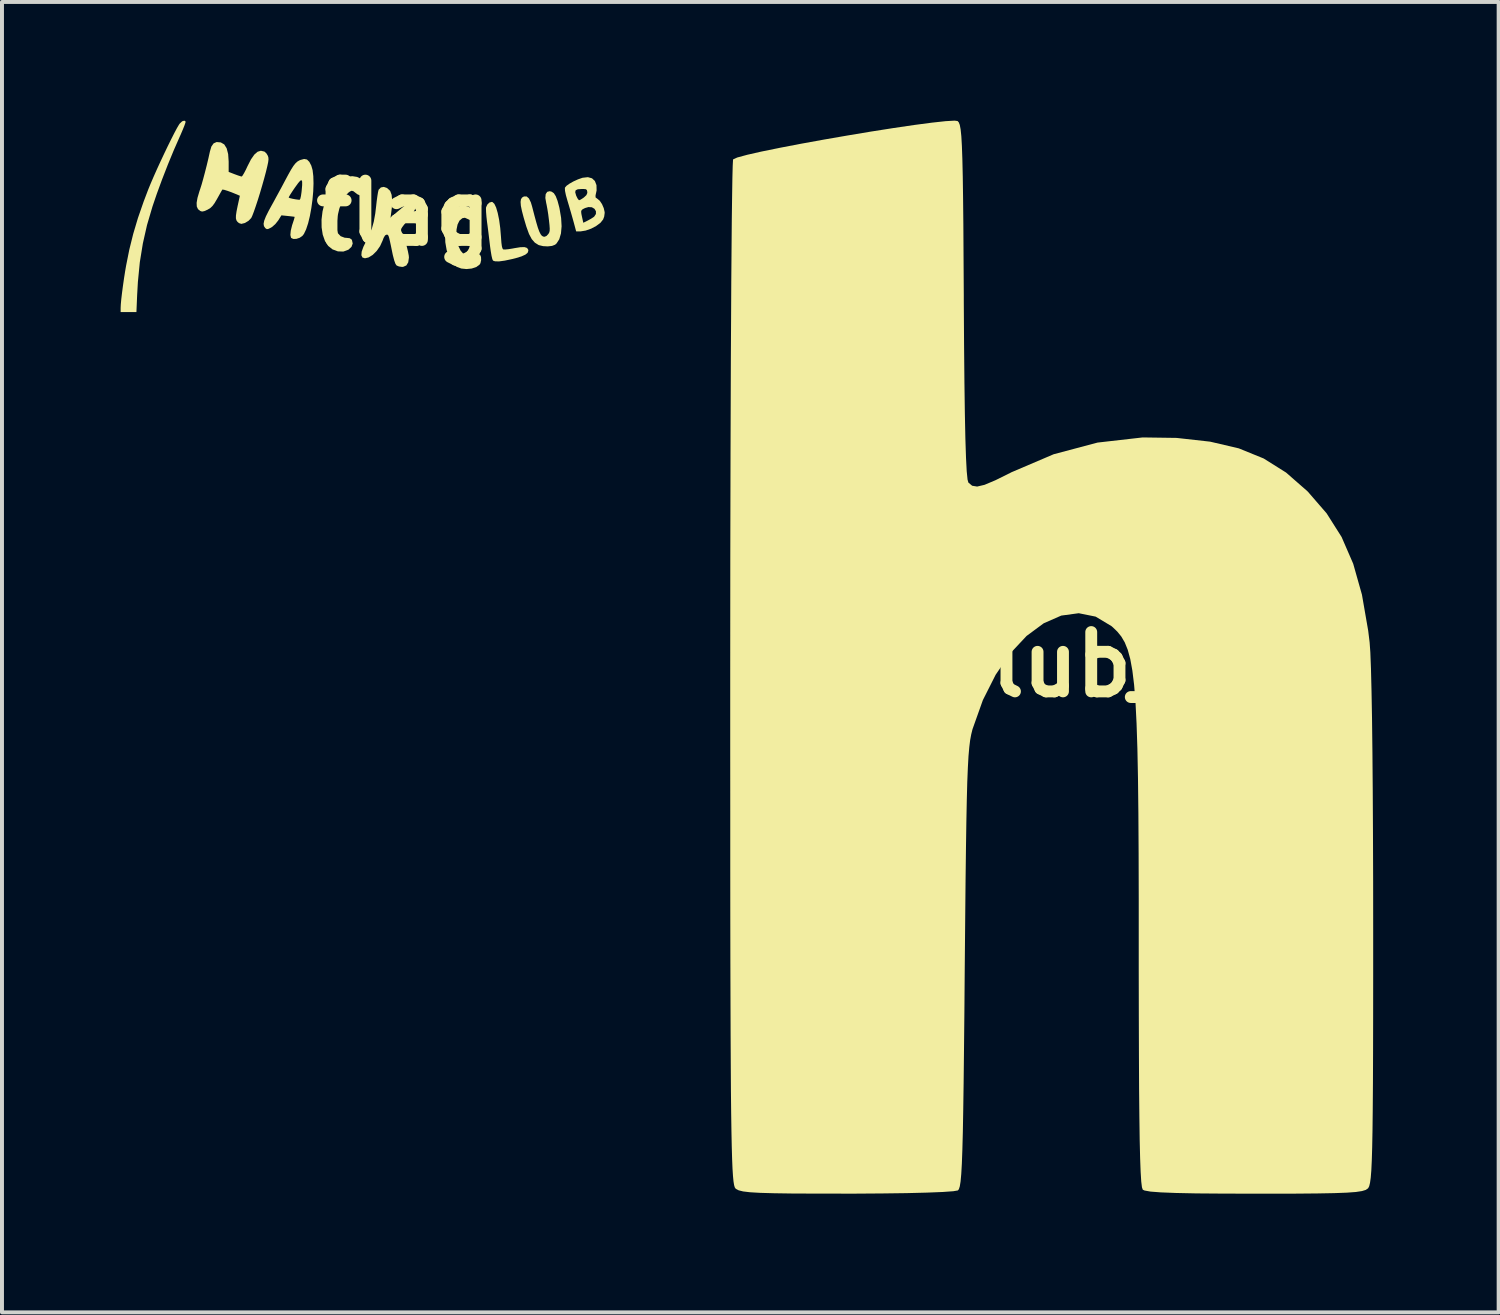
<source format=kicad_pcb>
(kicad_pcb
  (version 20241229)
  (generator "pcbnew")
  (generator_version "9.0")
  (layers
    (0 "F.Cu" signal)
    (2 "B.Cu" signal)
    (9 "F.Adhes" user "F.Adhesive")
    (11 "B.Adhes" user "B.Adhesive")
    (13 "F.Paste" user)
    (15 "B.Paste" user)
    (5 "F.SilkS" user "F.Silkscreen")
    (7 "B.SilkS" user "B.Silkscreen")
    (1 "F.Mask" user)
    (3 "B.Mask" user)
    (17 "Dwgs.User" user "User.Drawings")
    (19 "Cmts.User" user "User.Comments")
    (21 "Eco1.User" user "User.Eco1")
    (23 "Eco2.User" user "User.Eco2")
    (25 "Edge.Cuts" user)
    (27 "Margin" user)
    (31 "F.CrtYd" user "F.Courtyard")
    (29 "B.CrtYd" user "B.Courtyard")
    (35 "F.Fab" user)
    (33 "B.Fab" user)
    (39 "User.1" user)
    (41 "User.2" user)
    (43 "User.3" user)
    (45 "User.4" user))
  (footprint "flag"
    (layer "F.Cu")
    (at 7.152 2.338)
    (property "Reference" "flag" (at 0 0 0) (layer "F.SilkS") (effects (font (size 1.5 1.5) (thickness 0.3))))
    (attr board_only exclude_from_pos_files exclude_from_bom)
    (fp_poly (pts (xy -5.509 -2.316) (xy -5.515 -2.284) (xy -5.54 -2.212) (xy -5.581 -2.11) (xy -5.634 -1.986) (xy -5.66 -1.928) (xy -5.809 -1.589) (xy -5.959 -1.225) (xy -6.104 -0.852) (xy -6.237 -0.49) (xy -6.347 -0.167) (xy -6.485 0.301) (xy -6.59 0.765) (xy -6.667 1.24) (xy -6.716 1.741) (xy -6.735 2.074) (xy -6.753 2.502) (xy -6.953 2.502) (xy -7.152 2.502) (xy -7.152 2.399) (xy -7.148 2.309) (xy -7.136 2.177) (xy -7.117 2.015) (xy -7.093 1.834) (xy -7.066 1.645) (xy -7.037 1.461) (xy -7.015 1.333) (xy -6.933 0.923) (xy -6.834 0.525) (xy -6.715 0.125) (xy -6.57 -0.293) (xy -6.454 -0.598) (xy -6.393 -0.747) (xy -6.319 -0.919) (xy -6.235 -1.108) (xy -6.145 -1.304) (xy -6.052 -1.502) (xy -5.961 -1.692) (xy -5.874 -1.868) (xy -5.796 -2.022) (xy -5.73 -2.146) (xy -5.68 -2.232) (xy -5.658 -2.264) (xy -5.596 -2.322) (xy -5.542 -2.338)) (stroke (width 0) (type solid)) (fill yes) (layer "F.SilkS"))
    (fp_poly (pts (xy 2.248 -0.28) (xy 2.296 -0.235) (xy 2.341 -0.141) (xy 2.381 -0.004) (xy 2.417 0.171) (xy 2.445 0.378) (xy 2.464 0.607) (xy 2.474 0.745) (xy 2.486 0.837) (xy 2.501 0.892) (xy 2.52 0.916) (xy 2.524 0.918) (xy 2.569 0.92) (xy 2.651 0.912) (xy 2.757 0.895) (xy 2.803 0.886) (xy 2.953 0.862) (xy 3.058 0.859) (xy 3.122 0.88) (xy 3.152 0.924) (xy 3.155 0.952) (xy 3.137 1.003) (xy 3.081 1.049) (xy 2.982 1.094) (xy 2.836 1.139) (xy 2.752 1.16) (xy 2.559 1.201) (xy 2.413 1.221) (xy 2.312 1.218) (xy 2.263 1.201) (xy 2.245 1.164) (xy 2.225 1.081) (xy 2.204 0.957) (xy 2.188 0.841) (xy 2.168 0.674) (xy 2.146 0.491) (xy 2.124 0.318) (xy 2.11 0.216) (xy 2.096 0.089) (xy 2.087 -0.025) (xy 2.084 -0.11) (xy 2.086 -0.145) (xy 2.118 -0.216) (xy 2.171 -0.267) (xy 2.23 -0.284)) (stroke (width 0) (type solid)) (fill yes) (layer "F.SilkS"))
    (fp_poly (pts (xy -1.173 -0.915) (xy -1.07 -0.864) (xy -0.993 -0.783) (xy -0.95 -0.672) (xy -0.944 -0.615) (xy -0.958 -0.513) (xy -1.004 -0.454) (xy -1.073 -0.439) (xy -1.16 -0.472) (xy -1.202 -0.503) (xy -1.265 -0.552) (xy -1.309 -0.566) (xy -1.355 -0.546) (xy -1.398 -0.514) (xy -1.485 -0.417) (xy -1.562 -0.279) (xy -1.624 -0.111) (xy -1.668 0.075) (xy -1.691 0.267) (xy -1.691 0.402) (xy -1.661 0.507) (xy -1.59 0.583) (xy -1.488 0.622) (xy -1.444 0.625) (xy -1.362 0.634) (xy -1.316 0.664) (xy -1.304 0.682) (xy -1.285 0.769) (xy -1.316 0.853) (xy -1.392 0.924) (xy -1.394 0.925) (xy -1.521 0.972) (xy -1.66 0.967) (xy -1.797 0.916) (xy -1.905 0.829) (xy -1.987 0.703) (xy -2.043 0.544) (xy -2.071 0.362) (xy -2.073 0.164) (xy -2.048 -0.043) (xy -1.997 -0.251) (xy -1.919 -0.451) (xy -1.815 -0.637) (xy -1.781 -0.686) (xy -1.675 -0.799) (xy -1.552 -0.877) (xy -1.422 -0.922) (xy -1.293 -0.934)) (stroke (width 0) (type solid)) (fill yes) (layer "F.SilkS"))
    (fp_poly (pts (xy 1.635 -0.166) (xy 1.731 -0.104) (xy 1.797 -0.015) (xy 1.822 0.094) (xy 1.822 0.096) (xy 1.817 0.16) (xy 1.794 0.186) (xy 1.753 0.19) (xy 1.678 0.175) (xy 1.616 0.146) (xy 1.551 0.117) (xy 1.489 0.128) (xy 1.485 0.13) (xy 1.414 0.19) (xy 1.366 0.288) (xy 1.34 0.413) (xy 1.335 0.552) (xy 1.351 0.696) (xy 1.387 0.832) (xy 1.443 0.949) (xy 1.518 1.036) (xy 1.538 1.051) (xy 1.585 1.075) (xy 1.634 1.082) (xy 1.705 1.072) (xy 1.756 1.06) (xy 1.854 1.041) (xy 1.912 1.042) (xy 1.936 1.055) (xy 1.959 1.109) (xy 1.962 1.188) (xy 1.945 1.264) (xy 1.926 1.298) (xy 1.841 1.362) (xy 1.724 1.401) (xy 1.592 1.414) (xy 1.46 1.401) (xy 1.346 1.358) (xy 1.328 1.347) (xy 1.228 1.248) (xy 1.148 1.108) (xy 1.09 0.934) (xy 1.056 0.736) (xy 1.05 0.523) (xy 1.062 0.386) (xy 1.098 0.189) (xy 1.154 0.038) (xy 1.233 -0.073) (xy 1.338 -0.149) (xy 1.403 -0.176) (xy 1.522 -0.193)) (stroke (width 0) (type solid)) (fill yes) (layer "F.SilkS"))
    (fp_poly (pts (xy 3.745 -0.542) (xy 3.8 -0.504) (xy 3.848 -0.429) (xy 3.893 -0.312) (xy 3.937 -0.148) (xy 3.944 -0.114) (xy 3.984 0.121) (xy 3.996 0.332) (xy 3.98 0.514) (xy 3.937 0.661) (xy 3.868 0.767) (xy 3.831 0.799) (xy 3.754 0.829) (xy 3.646 0.841) (xy 3.529 0.835) (xy 3.425 0.81) (xy 3.412 0.805) (xy 3.32 0.747) (xy 3.241 0.657) (xy 3.172 0.527) (xy 3.108 0.35) (xy 3.102 0.332) (xy 3.038 0.116) (xy 2.993 -0.055) (xy 2.966 -0.186) (xy 2.959 -0.283) (xy 2.969 -0.351) (xy 2.997 -0.394) (xy 3.042 -0.42) (xy 3.046 -0.422) (xy 3.113 -0.421) (xy 3.17 -0.371) (xy 3.219 -0.271) (xy 3.25 -0.168) (xy 3.308 0.056) (xy 3.356 0.233) (xy 3.396 0.368) (xy 3.432 0.466) (xy 3.465 0.532) (xy 3.497 0.573) (xy 3.531 0.593) (xy 3.566 0.598) (xy 3.615 0.577) (xy 3.662 0.527) (xy 3.683 0.491) (xy 3.694 0.449) (xy 3.696 0.39) (xy 3.69 0.302) (xy 3.676 0.173) (xy 3.675 0.167) (xy 3.658 0.03) (xy 3.637 -0.102) (xy 3.617 -0.21) (xy 3.607 -0.255) (xy 3.585 -0.384) (xy 3.594 -0.48) (xy 3.632 -0.538) (xy 3.696 -0.554)) (stroke (width 0) (type solid)) (fill yes) (layer "F.SilkS"))
    (fp_poly (pts (xy -0.419 -0.636) (xy -0.347 -0.571) (xy -0.335 -0.554) (xy -0.301 -0.462) (xy -0.288 -0.323) (xy -0.295 -0.144) (xy -0.309 -0.03) (xy -0.329 0.116) (xy -0.158 -0.033) (xy -0.039 -0.133) (xy 0.049 -0.202) (xy 0.115 -0.244) (xy 0.168 -0.266) (xy 0.217 -0.272) (xy 0.22 -0.272) (xy 0.287 -0.254) (xy 0.314 -0.204) (xy 0.302 -0.124) (xy 0.251 -0.019) (xy 0.164 0.11) (xy 0.095 0.197) (xy 0.014 0.292) (xy -0.035 0.357) (xy -0.06 0.401) (xy -0.063 0.435) (xy -0.052 0.468) (xy -0.045 0.482) (xy -0.004 0.577) (xy 0.039 0.7) (xy 0.079 0.835) (xy 0.111 0.965) (xy 0.132 1.073) (xy 0.136 1.124) (xy 0.119 1.244) (xy 0.071 1.323) (xy -0.009 1.358) (xy -0.037 1.36) (xy -0.115 1.349) (xy -0.175 1.324) (xy -0.205 1.281) (xy -0.236 1.194) (xy -0.271 1.059) (xy -0.288 0.977) (xy -0.321 0.816) (xy -0.346 0.701) (xy -0.364 0.624) (xy -0.379 0.578) (xy -0.393 0.554) (xy -0.409 0.545) (xy -0.429 0.544) (xy -0.43 0.544) (xy -0.467 0.564) (xy -0.504 0.627) (xy -0.529 0.694) (xy -0.593 0.834) (xy -0.68 0.958) (xy -0.78 1.057) (xy -0.885 1.121) (xy -0.976 1.142) (xy -1.039 1.122) (xy -1.066 1.065) (xy -1.058 0.973) (xy -1.015 0.852) (xy -0.969 0.759) (xy -0.873 0.571) (xy -0.802 0.396) (xy -0.752 0.215) (xy -0.715 0.011) (xy -0.694 -0.165) (xy -0.678 -0.306) (xy -0.661 -0.431) (xy -0.645 -0.529) (xy -0.631 -0.586) (xy -0.628 -0.593) (xy -0.573 -0.649) (xy -0.499 -0.663)) (stroke (width 0) (type solid)) (fill yes) (layer "F.SilkS"))
    (fp_poly (pts (xy -2.441 -1.355) (xy -2.381 -1.295) (xy -2.332 -1.201) (xy -2.299 -1.087) (xy -2.281 -0.934) (xy -2.276 -0.752) (xy -2.283 -0.551) (xy -2.302 -0.34) (xy -2.331 -0.128) (xy -2.368 0.074) (xy -2.412 0.256) (xy -2.463 0.41) (xy -2.518 0.526) (xy -2.557 0.576) (xy -2.627 0.624) (xy -2.71 0.651) (xy -2.787 0.653) (xy -2.84 0.628) (xy -2.845 0.621) (xy -2.861 0.552) (xy -2.851 0.444) (xy -2.817 0.306) (xy -2.802 0.261) (xy -2.774 0.176) (xy -2.757 0.116) (xy -2.753 0.094) (xy -2.782 0.089) (xy -2.849 0.081) (xy -2.923 0.073) (xy -3.087 0.056) (xy -3.168 0.185) (xy -3.237 0.272) (xy -3.316 0.344) (xy -3.351 0.367) (xy -3.417 0.399) (xy -3.455 0.405) (xy -3.487 0.386) (xy -3.498 0.375) (xy -3.529 0.329) (xy -3.538 0.27) (xy -3.522 0.19) (xy -3.48 0.083) (xy -3.41 -0.057) (xy -3.351 -0.165) (xy -3.264 -0.323) (xy -3.227 -0.392) (xy -2.903 -0.392) (xy -2.869 -0.378) (xy -2.802 -0.362) (xy -2.725 -0.348) (xy -2.657 -0.339) (xy -2.624 -0.338) (xy -2.609 -0.366) (xy -2.593 -0.435) (xy -2.579 -0.533) (xy -2.575 -0.57) (xy -2.563 -0.709) (xy -2.563 -0.797) (xy -2.578 -0.833) (xy -2.611 -0.82) (xy -2.665 -0.758) (xy -2.744 -0.649) (xy -2.75 -0.641) (xy -2.816 -0.543) (xy -2.868 -0.462) (xy -2.898 -0.409) (xy -2.903 -0.392) (xy -3.227 -0.392) (xy -3.169 -0.498) (xy -3.077 -0.668) (xy -3.006 -0.802) (xy -2.915 -0.972) (xy -2.843 -1.1) (xy -2.785 -1.192) (xy -2.734 -1.257) (xy -2.687 -1.301) (xy -2.637 -1.331) (xy -2.607 -1.344) (xy -2.513 -1.369)) (stroke (width 0) (type solid)) (fill yes) (layer "F.SilkS"))
    (fp_poly (pts (xy 4.765 -0.88) (xy 4.838 -0.811) (xy 4.878 -0.707) (xy 4.881 -0.573) (xy 4.854 -0.447) (xy 4.855 -0.397) (xy 4.901 -0.362) (xy 4.903 -0.361) (xy 4.962 -0.311) (xy 5.018 -0.227) (xy 5.062 -0.125) (xy 5.084 -0.027) (xy 5.085 -0.004) (xy 5.073 0.086) (xy 5.046 0.16) (xy 4.979 0.244) (xy 4.872 0.324) (xy 4.743 0.393) (xy 4.605 0.441) (xy 4.476 0.462) (xy 4.463 0.462) (xy 4.364 0.462) (xy 4.304 0.238) (xy 4.269 0.113) (xy 4.226 -0.038) (xy 4.49 -0.038) (xy 4.496 0.02) (xy 4.511 0.091) (xy 4.545 0.244) (xy 4.659 0.187) (xy 4.739 0.143) (xy 4.805 0.1) (xy 4.82 0.088) (xy 4.864 0.022) (xy 4.864 -0.048) (xy 4.827 -0.109) (xy 4.761 -0.148) (xy 4.675 -0.153) (xy 4.67 -0.152) (xy 4.59 -0.129) (xy 4.528 -0.098) (xy 4.528 -0.098) (xy 4.5 -0.072) (xy 4.49 -0.038) (xy 4.226 -0.038) (xy 4.225 -0.04) (xy 4.179 -0.198) (xy 4.152 -0.287) (xy 4.106 -0.449) (xy 4.089 -0.529) (xy 4.34 -0.529) (xy 4.362 -0.449) (xy 4.366 -0.439) (xy 4.399 -0.371) (xy 4.43 -0.331) (xy 4.44 -0.326) (xy 4.478 -0.342) (xy 4.538 -0.38) (xy 4.561 -0.397) (xy 4.623 -0.455) (xy 4.646 -0.51) (xy 4.645 -0.54) (xy 4.635 -0.583) (xy 4.61 -0.604) (xy 4.552 -0.61) (xy 4.507 -0.61) (xy 4.406 -0.603) (xy 4.352 -0.578) (xy 4.34 -0.529) (xy 4.089 -0.529) (xy 4.082 -0.565) (xy 4.079 -0.635) (xy 4.082 -0.646) (xy 4.12 -0.691) (xy 4.196 -0.745) (xy 4.297 -0.802) (xy 4.409 -0.853) (xy 4.52 -0.892) (xy 4.529 -0.894) (xy 4.661 -0.909)) (stroke (width 0) (type solid)) (fill yes) (layer "F.SilkS"))
    (fp_poly (pts (xy -4.624 -1.788) (xy -4.617 -1.786) (xy -4.533 -1.737) (xy -4.472 -1.639) (xy -4.434 -1.494) (xy -4.421 -1.303) (xy -4.421 -1.289) (xy -4.421 -1.042) (xy -4.269 -0.983) (xy -4.184 -0.952) (xy -4.118 -0.931) (xy -4.091 -0.925) (xy -4.07 -0.948) (xy -4.032 -1.011) (xy -3.984 -1.102) (xy -3.946 -1.184) (xy -3.857 -1.358) (xy -3.772 -1.48) (xy -3.689 -1.552) (xy -3.606 -1.577) (xy -3.519 -1.556) (xy -3.51 -1.551) (xy -3.465 -1.508) (xy -3.429 -1.447) (xy -3.417 -1.405) (xy -3.414 -1.355) (xy -3.423 -1.284) (xy -3.445 -1.182) (xy -3.478 -1.045) (xy -3.524 -0.873) (xy -3.576 -0.69) (xy -3.63 -0.506) (xy -3.685 -0.329) (xy -3.738 -0.169) (xy -3.785 -0.034) (xy -3.824 0.067) (xy -3.851 0.124) (xy -3.851 0.124) (xy -3.921 0.196) (xy -4.012 0.25) (xy -4.1 0.272) (xy -4.101 0.272) (xy -4.159 0.253) (xy -4.197 0.222) (xy -4.225 0.182) (xy -4.238 0.132) (xy -4.237 0.06) (xy -4.222 -0.043) (xy -4.193 -0.188) (xy -4.19 -0.2) (xy -4.138 -0.439) (xy -4.251 -0.487) (xy -4.355 -0.529) (xy -4.452 -0.564) (xy -4.53 -0.588) (xy -4.575 -0.596) (xy -4.581 -0.594) (xy -4.597 -0.568) (xy -4.633 -0.505) (xy -4.682 -0.417) (xy -4.71 -0.367) (xy -4.775 -0.256) (xy -4.829 -0.182) (xy -4.882 -0.131) (xy -4.947 -0.091) (xy -4.956 -0.086) (xy -5.039 -0.05) (xy -5.094 -0.04) (xy -5.139 -0.054) (xy -5.196 -0.1) (xy -5.227 -0.167) (xy -5.231 -0.26) (xy -5.209 -0.387) (xy -5.16 -0.553) (xy -5.14 -0.612) (xy -5.106 -0.719) (xy -5.065 -0.864) (xy -5.02 -1.033) (xy -4.975 -1.21) (xy -4.934 -1.381) (xy -4.901 -1.531) (xy -4.896 -1.554) (xy -4.858 -1.683) (xy -4.802 -1.763) (xy -4.726 -1.797)) (stroke (width 0) (type solid)) (fill yes) (layer "F.SilkS")))
  (footprint "hackclub_logo"
    (layer "F.Cu")
    (at 23.538 13.751)
    (property "Reference" "hackclub_logo" (at 0 0 0) (layer "F.SilkS") (effects (font (size 1.5 1.5) (thickness 0.3))))
    (attr board_only exclude_from_pos_files exclude_from_bom)
    (fp_poly (pts (xy -2.379 -13.741) (xy -2.349 -13.708) (xy -2.323 -13.642) (xy -2.302 -13.529) (xy -2.284 -13.356) (xy -2.27 -13.11) (xy -2.258 -12.776) (xy -2.248 -12.342) (xy -2.24 -11.795) (xy -2.233 -11.12) (xy -2.228 -10.304) (xy -2.222 -9.335) (xy -2.222 -9.185) (xy -2.215 -8.078) (xy -2.206 -7.135) (xy -2.195 -6.35) (xy -2.182 -5.717) (xy -2.166 -5.231) (xy -2.148 -4.887) (xy -2.127 -4.677) (xy -2.106 -4.601) (xy -2.011 -4.521) (xy -1.884 -4.5) (xy -1.697 -4.544) (xy -1.422 -4.66) (xy -1.029 -4.855) (xy -1.021 -4.86) (xy 0.05 -5.317) (xy 1.16 -5.612) (xy 2.3 -5.742) (xy 3.158 -5.73) (xy 4.007 -5.635) (xy 4.73 -5.466) (xy 5.359 -5.21) (xy 5.926 -4.854) (xy 6.462 -4.385) (xy 6.48 -4.367) (xy 6.951 -3.823) (xy 7.329 -3.226) (xy 7.623 -2.549) (xy 7.844 -1.767) (xy 8.002 -0.856) (xy 8.038 -0.562) (xy 8.056 -0.31) (xy 8.072 0.103) (xy 8.086 0.668) (xy 8.099 1.377) (xy 8.109 2.221) (xy 8.117 3.192) (xy 8.123 4.282) (xy 8.127 5.481) (xy 8.128 6.679) (xy 8.128 7.886) (xy 8.127 8.935) (xy 8.125 9.836) (xy 8.122 10.602) (xy 8.117 11.244) (xy 8.111 11.772) (xy 8.103 12.198) (xy 8.093 12.532) (xy 8.081 12.788) (xy 8.066 12.974) (xy 8.048 13.103) (xy 8.028 13.186) (xy 8.004 13.234) (xy 7.995 13.244) (xy 7.94 13.282) (xy 7.844 13.311) (xy 7.692 13.334) (xy 7.464 13.351) (xy 7.144 13.363) (xy 6.714 13.371) (xy 6.157 13.376) (xy 5.455 13.377) (xy 5.133 13.377) (xy 4.315 13.375) (xy 3.654 13.37) (xy 3.139 13.359) (xy 2.758 13.344) (xy 2.498 13.324) (xy 2.348 13.297) (xy 2.303 13.276) (xy 2.282 13.214) (xy 2.264 13.066) (xy 2.249 12.824) (xy 2.236 12.478) (xy 2.225 12.02) (xy 2.217 11.441) (xy 2.21 10.732) (xy 2.206 9.884) (xy 2.203 8.887) (xy 2.201 7.734) (xy 2.201 7.241) (xy 2.201 5.924) (xy 2.198 4.765) (xy 2.192 3.753) (xy 2.182 2.878) (xy 2.167 2.127) (xy 2.146 1.49) (xy 2.119 0.956) (xy 2.084 0.514) (xy 2.04 0.153) (xy 1.987 -0.139) (xy 1.923 -0.373) (xy 1.848 -0.559) (xy 1.76 -0.709) (xy 1.659 -0.833) (xy 1.544 -0.944) (xy 1.511 -0.972) (xy 1.111 -1.212) (xy 0.684 -1.298) (xy 0.242 -1.238) (xy -0.202 -1.043) (xy -0.635 -0.723) (xy -1.044 -0.286) (xy -1.416 0.257) (xy -1.739 0.897) (xy -1.998 1.624) (xy -2.006 1.651) (xy -2.035 1.769) (xy -2.061 1.91) (xy -2.083 2.088) (xy -2.103 2.315) (xy -2.119 2.604) (xy -2.134 2.969) (xy -2.146 3.423) (xy -2.157 3.978) (xy -2.167 4.648) (xy -2.177 5.446) (xy -2.186 6.385) (xy -2.196 7.477) (xy -2.198 7.687) (xy -2.207 8.805) (xy -2.217 9.766) (xy -2.226 10.58) (xy -2.236 11.261) (xy -2.246 11.82) (xy -2.258 12.268) (xy -2.271 12.617) (xy -2.286 12.88) (xy -2.303 13.067) (xy -2.323 13.191) (xy -2.346 13.263) (xy -2.371 13.295) (xy -2.487 13.315) (xy -2.754 13.334) (xy -3.153 13.35) (xy -3.666 13.363) (xy -4.274 13.371) (xy -4.958 13.376) (xy -5.18 13.376) (xy -5.937 13.375) (xy -6.543 13.373) (xy -7.014 13.366) (xy -7.369 13.356) (xy -7.626 13.341) (xy -7.802 13.32) (xy -7.914 13.292) (xy -7.98 13.257) (xy -7.995 13.244) (xy -8.013 13.215) (xy -8.029 13.158) (xy -8.044 13.066) (xy -8.057 12.931) (xy -8.069 12.745) (xy -8.079 12.501) (xy -8.088 12.19) (xy -8.096 11.805) (xy -8.103 11.338) (xy -8.109 10.781) (xy -8.113 10.126) (xy -8.117 9.366) (xy -8.12 8.492) (xy -8.123 7.496) (xy -8.125 6.372) (xy -8.126 5.11) (xy -8.126 3.703) (xy -8.127 2.144) (xy -8.127 0.424) (xy -8.127 0.227) (xy -8.126 -1.238) (xy -8.125 -2.658) (xy -8.122 -4.023) (xy -8.119 -5.323) (xy -8.115 -6.55) (xy -8.111 -7.695) (xy -8.105 -8.748) (xy -8.1 -9.699) (xy -8.093 -10.54) (xy -8.087 -11.26) (xy -8.079 -11.852) (xy -8.072 -12.305) (xy -8.064 -12.611) (xy -8.056 -12.759) (xy -8.053 -12.772) (xy -7.95 -12.819) (xy -7.704 -12.886) (xy -7.339 -12.969) (xy -6.879 -13.063) (xy -6.348 -13.165) (xy -5.77 -13.27) (xy -5.17 -13.374) (xy -4.572 -13.474) (xy -3.999 -13.564) (xy -3.477 -13.641) (xy -3.029 -13.7) (xy -2.68 -13.738) (xy -2.454 -13.751)) (stroke (width 0) (type solid)) (fill yes) (layer "F.SilkS")))
  (gr_rect
    (start -3 -3)
    (end 34.838 30.128)
    (stroke (width 0.1) (type default))
    (fill no)
    (layer "Edge.Cuts")))
</source>
